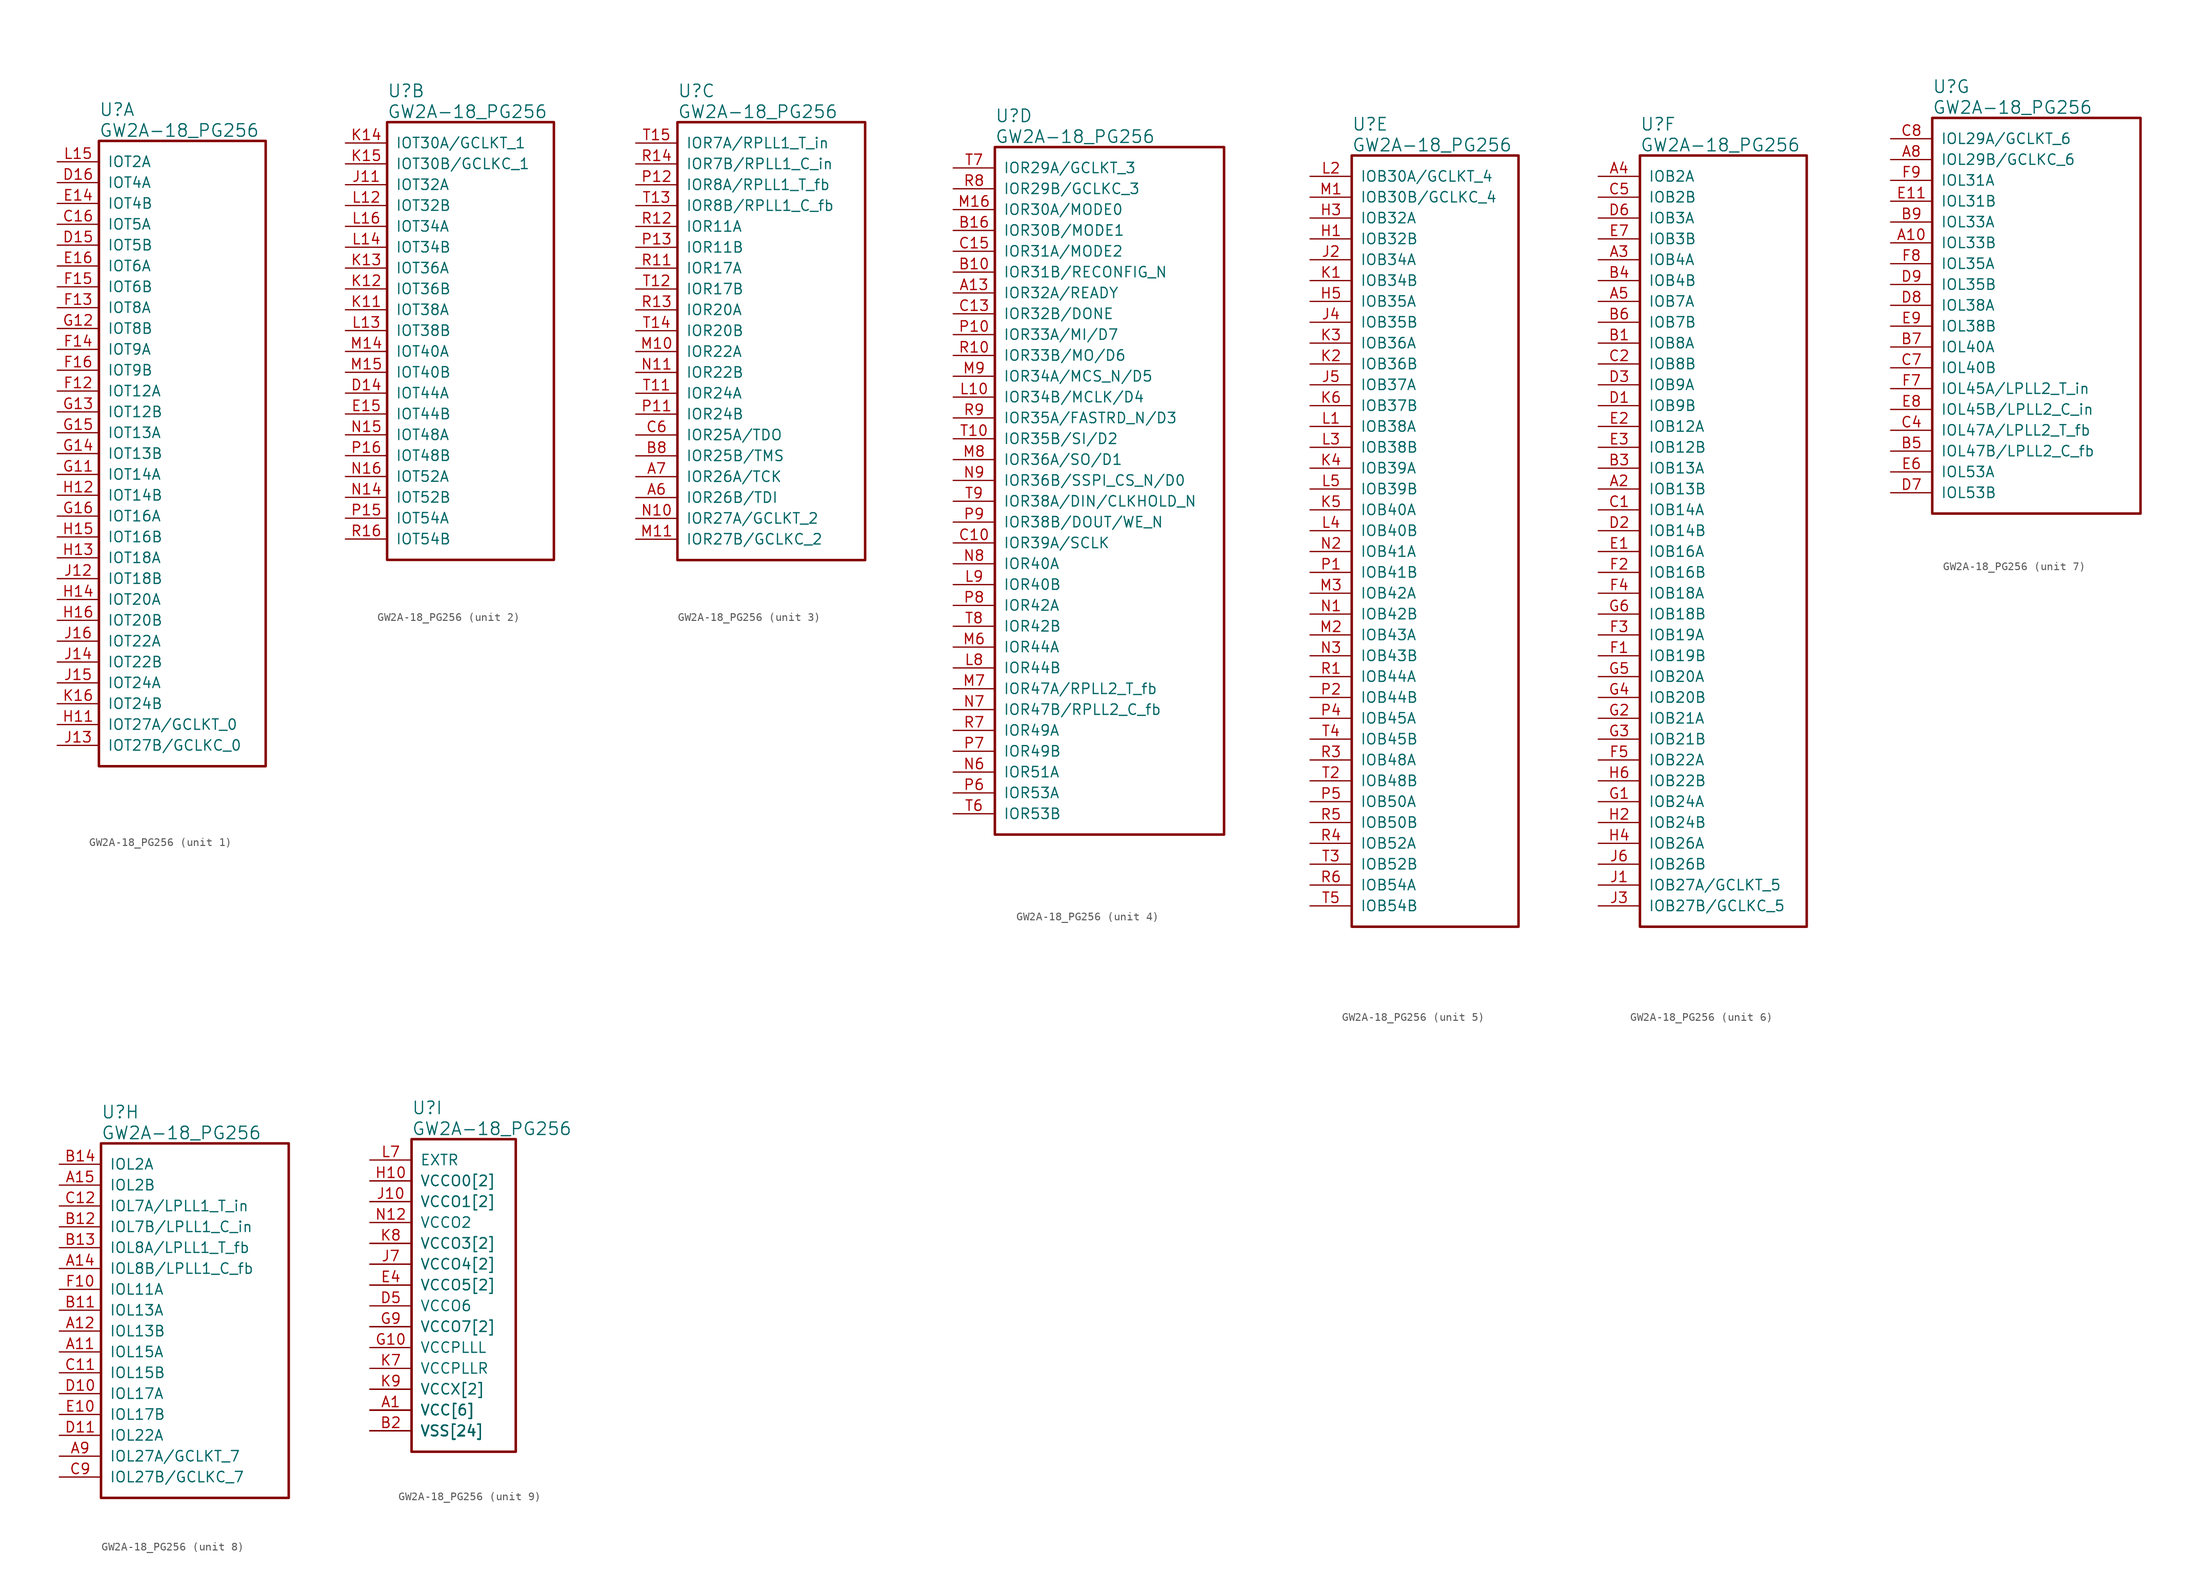
<source format=kicad_sym>
(kicad_symbol_lib
  (version 20220914)
  (generator kicad_symbol_editor)
  (symbol "GW2A-18_PG256"
    (pin_names
      (offset 1.016))
    (property "Reference" "U"
      (at 5.08 6.35 0)
      (effects (font (size 1.524 1.524)) (justify left)))
    (property "Value" "GW2A-18_PG256"
      (at 5.08 3.81 0)
      (effects (font (size 1.524 1.524)) (justify left)))
    (property "ki_locked" ""
      (at 0 0 0)
      (effects (font (size 1.27 1.27))))
    (symbol "GW2A-18_PG256_1_1"
      (rectangle (start 5.08 2.54) (end 25.4 -73.66) (stroke (width 0.305) (type solid)) (fill (type none)))
      (pin bidirectional line (at 0 -7.62 0) (length 5.08) (name "IOT5A" (effects (font (size 1.27 1.27)))) (number "C16" (effects (font (size 1.27 1.27)))))
      (pin bidirectional line (at 0 -10.16 0) (length 5.08) (name "IOT5B" (effects (font (size 1.27 1.27)))) (number "D15" (effects (font (size 1.27 1.27)))))
      (pin bidirectional line (at 0 -2.54 0) (length 5.08) (name "IOT4A" (effects (font (size 1.27 1.27)))) (number "D16" (effects (font (size 1.27 1.27)))))
      (pin bidirectional line (at 0 -5.08 0) (length 5.08) (name "IOT4B" (effects (font (size 1.27 1.27)))) (number "E14" (effects (font (size 1.27 1.27)))))
      (pin bidirectional line (at 0 -12.7 0) (length 5.08) (name "IOT6A" (effects (font (size 1.27 1.27)))) (number "E16" (effects (font (size 1.27 1.27)))))
      (pin bidirectional line (at 0 -27.94 0) (length 5.08) (name "IOT12A" (effects (font (size 1.27 1.27)))) (number "F12" (effects (font (size 1.27 1.27)))))
      (pin bidirectional line (at 0 -17.78 0) (length 5.08) (name "IOT8A" (effects (font (size 1.27 1.27)))) (number "F13" (effects (font (size 1.27 1.27)))))
      (pin bidirectional line (at 0 -22.86 0) (length 5.08) (name "IOT9A" (effects (font (size 1.27 1.27)))) (number "F14" (effects (font (size 1.27 1.27)))))
      (pin bidirectional line (at 0 -15.24 0) (length 5.08) (name "IOT6B" (effects (font (size 1.27 1.27)))) (number "F15" (effects (font (size 1.27 1.27)))))
      (pin bidirectional line (at 0 -25.4 0) (length 5.08) (name "IOT9B" (effects (font (size 1.27 1.27)))) (number "F16" (effects (font (size 1.27 1.27)))))
      (pin bidirectional line (at 0 -38.1 0) (length 5.08) (name "IOT14A" (effects (font (size 1.27 1.27)))) (number "G11" (effects (font (size 1.27 1.27)))))
      (pin bidirectional line (at 0 -20.32 0) (length 5.08) (name "IOT8B" (effects (font (size 1.27 1.27)))) (number "G12" (effects (font (size 1.27 1.27)))))
      (pin bidirectional line (at 0 -30.48 0) (length 5.08) (name "IOT12B" (effects (font (size 1.27 1.27)))) (number "G13" (effects (font (size 1.27 1.27)))))
      (pin bidirectional line (at 0 -35.56 0) (length 5.08) (name "IOT13B" (effects (font (size 1.27 1.27)))) (number "G14" (effects (font (size 1.27 1.27)))))
      (pin bidirectional line (at 0 -33.02 0) (length 5.08) (name "IOT13A" (effects (font (size 1.27 1.27)))) (number "G15" (effects (font (size 1.27 1.27)))))
      (pin bidirectional line (at 0 -43.18 0) (length 5.08) (name "IOT16A" (effects (font (size 1.27 1.27)))) (number "G16" (effects (font (size 1.27 1.27)))))
      (pin bidirectional line (at 0 -68.58 0) (length 5.08) (name "IOT27A/GCLKT_0" (effects (font (size 1.27 1.27)))) (number "H11" (effects (font (size 1.27 1.27)))))
      (pin bidirectional line (at 0 -40.64 0) (length 5.08) (name "IOT14B" (effects (font (size 1.27 1.27)))) (number "H12" (effects (font (size 1.27 1.27)))))
      (pin bidirectional line (at 0 -48.26 0) (length 5.08) (name "IOT18A" (effects (font (size 1.27 1.27)))) (number "H13" (effects (font (size 1.27 1.27)))))
      (pin bidirectional line (at 0 -53.34 0) (length 5.08) (name "IOT20A" (effects (font (size 1.27 1.27)))) (number "H14" (effects (font (size 1.27 1.27)))))
      (pin bidirectional line (at 0 -45.72 0) (length 5.08) (name "IOT16B" (effects (font (size 1.27 1.27)))) (number "H15" (effects (font (size 1.27 1.27)))))
      (pin bidirectional line (at 0 -55.88 0) (length 5.08) (name "IOT20B" (effects (font (size 1.27 1.27)))) (number "H16" (effects (font (size 1.27 1.27)))))
      (pin bidirectional line (at 0 -50.8 0) (length 5.08) (name "IOT18B" (effects (font (size 1.27 1.27)))) (number "J12" (effects (font (size 1.27 1.27)))))
      (pin bidirectional line (at 0 -71.12 0) (length 5.08) (name "IOT27B/GCLKC_0" (effects (font (size 1.27 1.27)))) (number "J13" (effects (font (size 1.27 1.27)))))
      (pin bidirectional line (at 0 -60.96 0) (length 5.08) (name "IOT22B" (effects (font (size 1.27 1.27)))) (number "J14" (effects (font (size 1.27 1.27)))))
      (pin bidirectional line (at 0 -63.5 0) (length 5.08) (name "IOT24A" (effects (font (size 1.27 1.27)))) (number "J15" (effects (font (size 1.27 1.27)))))
      (pin bidirectional line (at 0 -58.42 0) (length 5.08) (name "IOT22A" (effects (font (size 1.27 1.27)))) (number "J16" (effects (font (size 1.27 1.27)))))
      (pin bidirectional line (at 0 -66.04 0) (length 5.08) (name "IOT24B" (effects (font (size 1.27 1.27)))) (number "K16" (effects (font (size 1.27 1.27)))))
      (pin bidirectional line (at 0 0 0) (length 5.08) (name "IOT2A" (effects (font (size 1.27 1.27)))) (number "L15" (effects (font (size 1.27 1.27))))))
    (symbol "GW2A-18_PG256_2_1"
      (rectangle (start 5.08 2.54) (end 25.4 -50.8) (stroke (width 0.305) (type solid)) (fill (type none)))
      (pin bidirectional line (at 0 -30.48 0) (length 5.08) (name "IOT44A" (effects (font (size 1.27 1.27)))) (number "D14" (effects (font (size 1.27 1.27)))))
      (pin bidirectional line (at 0 -33.02 0) (length 5.08) (name "IOT44B" (effects (font (size 1.27 1.27)))) (number "E15" (effects (font (size 1.27 1.27)))))
      (pin bidirectional line (at 0 -5.08 0) (length 5.08) (name "IOT32A" (effects (font (size 1.27 1.27)))) (number "J11" (effects (font (size 1.27 1.27)))))
      (pin bidirectional line (at 0 -20.32 0) (length 5.08) (name "IOT38A" (effects (font (size 1.27 1.27)))) (number "K11" (effects (font (size 1.27 1.27)))))
      (pin bidirectional line (at 0 -17.78 0) (length 5.08) (name "IOT36B" (effects (font (size 1.27 1.27)))) (number "K12" (effects (font (size 1.27 1.27)))))
      (pin bidirectional line (at 0 -15.24 0) (length 5.08) (name "IOT36A" (effects (font (size 1.27 1.27)))) (number "K13" (effects (font (size 1.27 1.27)))))
      (pin bidirectional line (at 0 0 0) (length 5.08) (name "IOT30A/GCLKT_1" (effects (font (size 1.27 1.27)))) (number "K14" (effects (font (size 1.27 1.27)))))
      (pin bidirectional line (at 0 -2.54 0) (length 5.08) (name "IOT30B/GCLKC_1" (effects (font (size 1.27 1.27)))) (number "K15" (effects (font (size 1.27 1.27)))))
      (pin bidirectional line (at 0 -7.62 0) (length 5.08) (name "IOT32B" (effects (font (size 1.27 1.27)))) (number "L12" (effects (font (size 1.27 1.27)))))
      (pin bidirectional line (at 0 -22.86 0) (length 5.08) (name "IOT38B" (effects (font (size 1.27 1.27)))) (number "L13" (effects (font (size 1.27 1.27)))))
      (pin bidirectional line (at 0 -12.7 0) (length 5.08) (name "IOT34B" (effects (font (size 1.27 1.27)))) (number "L14" (effects (font (size 1.27 1.27)))))
      (pin bidirectional line (at 0 -10.16 0) (length 5.08) (name "IOT34A" (effects (font (size 1.27 1.27)))) (number "L16" (effects (font (size 1.27 1.27)))))
      (pin bidirectional line (at 0 -25.4 0) (length 5.08) (name "IOT40A" (effects (font (size 1.27 1.27)))) (number "M14" (effects (font (size 1.27 1.27)))))
      (pin bidirectional line (at 0 -27.94 0) (length 5.08) (name "IOT40B" (effects (font (size 1.27 1.27)))) (number "M15" (effects (font (size 1.27 1.27)))))
      (pin bidirectional line (at 0 -43.18 0) (length 5.08) (name "IOT52B" (effects (font (size 1.27 1.27)))) (number "N14" (effects (font (size 1.27 1.27)))))
      (pin bidirectional line (at 0 -35.56 0) (length 5.08) (name "IOT48A" (effects (font (size 1.27 1.27)))) (number "N15" (effects (font (size 1.27 1.27)))))
      (pin bidirectional line (at 0 -40.64 0) (length 5.08) (name "IOT52A" (effects (font (size 1.27 1.27)))) (number "N16" (effects (font (size 1.27 1.27)))))
      (pin bidirectional line (at 0 -45.72 0) (length 5.08) (name "IOT54A" (effects (font (size 1.27 1.27)))) (number "P15" (effects (font (size 1.27 1.27)))))
      (pin bidirectional line (at 0 -38.1 0) (length 5.08) (name "IOT48B" (effects (font (size 1.27 1.27)))) (number "P16" (effects (font (size 1.27 1.27)))))
      (pin bidirectional line (at 0 -48.26 0) (length 5.08) (name "IOT54B" (effects (font (size 1.27 1.27)))) (number "R16" (effects (font (size 1.27 1.27))))))
    (symbol "GW2A-18_PG256_3_1"
      (rectangle (start 5.08 2.54) (end 27.94 -50.8) (stroke (width 0.305) (type solid)) (fill (type none)))
      (pin bidirectional line (at 0 -43.18 0) (length 5.08) (name "IOR26B/TDI" (effects (font (size 1.27 1.27)))) (number "A6" (effects (font (size 1.27 1.27)))))
      (pin bidirectional line (at 0 -40.64 0) (length 5.08) (name "IOR26A/TCK" (effects (font (size 1.27 1.27)))) (number "A7" (effects (font (size 1.27 1.27)))))
      (pin bidirectional line (at 0 -38.1 0) (length 5.08) (name "IOR25B/TMS" (effects (font (size 1.27 1.27)))) (number "B8" (effects (font (size 1.27 1.27)))))
      (pin bidirectional line (at 0 -35.56 0) (length 5.08) (name "IOR25A/TDO" (effects (font (size 1.27 1.27)))) (number "C6" (effects (font (size 1.27 1.27)))))
      (pin bidirectional line (at 0 -25.4 0) (length 5.08) (name "IOR22A" (effects (font (size 1.27 1.27)))) (number "M10" (effects (font (size 1.27 1.27)))))
      (pin bidirectional line (at 0 -48.26 0) (length 5.08) (name "IOR27B/GCLKC_2" (effects (font (size 1.27 1.27)))) (number "M11" (effects (font (size 1.27 1.27)))))
      (pin bidirectional line (at 0 -45.72 0) (length 5.08) (name "IOR27A/GCLKT_2" (effects (font (size 1.27 1.27)))) (number "N10" (effects (font (size 1.27 1.27)))))
      (pin bidirectional line (at 0 -27.94 0) (length 5.08) (name "IOR22B" (effects (font (size 1.27 1.27)))) (number "N11" (effects (font (size 1.27 1.27)))))
      (pin bidirectional line (at 0 -33.02 0) (length 5.08) (name "IOR24B" (effects (font (size 1.27 1.27)))) (number "P11" (effects (font (size 1.27 1.27)))))
      (pin bidirectional line (at 0 -5.08 0) (length 5.08) (name "IOR8A/RPLL1_T_fb" (effects (font (size 1.27 1.27)))) (number "P12" (effects (font (size 1.27 1.27)))))
      (pin bidirectional line (at 0 -12.7 0) (length 5.08) (name "IOR11B" (effects (font (size 1.27 1.27)))) (number "P13" (effects (font (size 1.27 1.27)))))
      (pin bidirectional line (at 0 -15.24 0) (length 5.08) (name "IOR17A" (effects (font (size 1.27 1.27)))) (number "R11" (effects (font (size 1.27 1.27)))))
      (pin bidirectional line (at 0 -10.16 0) (length 5.08) (name "IOR11A" (effects (font (size 1.27 1.27)))) (number "R12" (effects (font (size 1.27 1.27)))))
      (pin bidirectional line (at 0 -20.32 0) (length 5.08) (name "IOR20A" (effects (font (size 1.27 1.27)))) (number "R13" (effects (font (size 1.27 1.27)))))
      (pin bidirectional line (at 0 -2.54 0) (length 5.08) (name "IOR7B/RPLL1_C_in" (effects (font (size 1.27 1.27)))) (number "R14" (effects (font (size 1.27 1.27)))))
      (pin bidirectional line (at 0 -30.48 0) (length 5.08) (name "IOR24A" (effects (font (size 1.27 1.27)))) (number "T11" (effects (font (size 1.27 1.27)))))
      (pin bidirectional line (at 0 -17.78 0) (length 5.08) (name "IOR17B" (effects (font (size 1.27 1.27)))) (number "T12" (effects (font (size 1.27 1.27)))))
      (pin bidirectional line (at 0 -7.62 0) (length 5.08) (name "IOR8B/RPLL1_C_fb" (effects (font (size 1.27 1.27)))) (number "T13" (effects (font (size 1.27 1.27)))))
      (pin bidirectional line (at 0 -22.86 0) (length 5.08) (name "IOR20B" (effects (font (size 1.27 1.27)))) (number "T14" (effects (font (size 1.27 1.27)))))
      (pin bidirectional line (at 0 0 0) (length 5.08) (name "IOR7A/RPLL1_T_in" (effects (font (size 1.27 1.27)))) (number "T15" (effects (font (size 1.27 1.27))))))
    (symbol "GW2A-18_PG256_4_1"
      (rectangle (start 5.08 2.54) (end 33.02 -81.28) (stroke (width 0.305) (type solid)) (fill (type none)))
      (pin bidirectional line (at 0 -15.24 0) (length 5.08) (name "IOR32A/READY" (effects (font (size 1.27 1.27)))) (number "A13" (effects (font (size 1.27 1.27)))))
      (pin bidirectional line (at 0 -12.7 0) (length 5.08) (name "IOR31B/RECONFIG_N" (effects (font (size 1.27 1.27)))) (number "B10" (effects (font (size 1.27 1.27)))))
      (pin bidirectional line (at 0 -7.62 0) (length 5.08) (name "IOR30B/MODE1" (effects (font (size 1.27 1.27)))) (number "B16" (effects (font (size 1.27 1.27)))))
      (pin bidirectional line (at 0 -45.72 0) (length 5.08) (name "IOR39A/SCLK" (effects (font (size 1.27 1.27)))) (number "C10" (effects (font (size 1.27 1.27)))))
      (pin bidirectional line (at 0 -17.78 0) (length 5.08) (name "IOR32B/DONE" (effects (font (size 1.27 1.27)))) (number "C13" (effects (font (size 1.27 1.27)))))
      (pin bidirectional line (at 0 -10.16 0) (length 5.08) (name "IOR31A/MODE2" (effects (font (size 1.27 1.27)))) (number "C15" (effects (font (size 1.27 1.27)))))
      (pin bidirectional line (at 0 -27.94 0) (length 5.08) (name "IOR34B/MCLK/D4" (effects (font (size 1.27 1.27)))) (number "L10" (effects (font (size 1.27 1.27)))))
      (pin bidirectional line (at 0 -60.96 0) (length 5.08) (name "IOR44B" (effects (font (size 1.27 1.27)))) (number "L8" (effects (font (size 1.27 1.27)))))
      (pin bidirectional line (at 0 -50.8 0) (length 5.08) (name "IOR40B" (effects (font (size 1.27 1.27)))) (number "L9" (effects (font (size 1.27 1.27)))))
      (pin bidirectional line (at 0 -5.08 0) (length 5.08) (name "IOR30A/MODE0" (effects (font (size 1.27 1.27)))) (number "M16" (effects (font (size 1.27 1.27)))))
      (pin bidirectional line (at 0 -58.42 0) (length 5.08) (name "IOR44A" (effects (font (size 1.27 1.27)))) (number "M6" (effects (font (size 1.27 1.27)))))
      (pin bidirectional line (at 0 -63.5 0) (length 5.08) (name "IOR47A/RPLL2_T_fb" (effects (font (size 1.27 1.27)))) (number "M7" (effects (font (size 1.27 1.27)))))
      (pin bidirectional line (at 0 -35.56 0) (length 5.08) (name "IOR36A/SO/D1" (effects (font (size 1.27 1.27)))) (number "M8" (effects (font (size 1.27 1.27)))))
      (pin bidirectional line (at 0 -25.4 0) (length 5.08) (name "IOR34A/MCS_N/D5" (effects (font (size 1.27 1.27)))) (number "M9" (effects (font (size 1.27 1.27)))))
      (pin bidirectional line (at 0 -73.66 0) (length 5.08) (name "IOR51A" (effects (font (size 1.27 1.27)))) (number "N6" (effects (font (size 1.27 1.27)))))
      (pin bidirectional line (at 0 -66.04 0) (length 5.08) (name "IOR47B/RPLL2_C_fb" (effects (font (size 1.27 1.27)))) (number "N7" (effects (font (size 1.27 1.27)))))
      (pin bidirectional line (at 0 -48.26 0) (length 5.08) (name "IOR40A" (effects (font (size 1.27 1.27)))) (number "N8" (effects (font (size 1.27 1.27)))))
      (pin bidirectional line (at 0 -38.1 0) (length 5.08) (name "IOR36B/SSPI_CS_N/D0" (effects (font (size 1.27 1.27)))) (number "N9" (effects (font (size 1.27 1.27)))))
      (pin bidirectional line (at 0 -20.32 0) (length 5.08) (name "IOR33A/MI/D7" (effects (font (size 1.27 1.27)))) (number "P10" (effects (font (size 1.27 1.27)))))
      (pin bidirectional line (at 0 -76.2 0) (length 5.08) (name "IOR53A" (effects (font (size 1.27 1.27)))) (number "P6" (effects (font (size 1.27 1.27)))))
      (pin bidirectional line (at 0 -71.12 0) (length 5.08) (name "IOR49B" (effects (font (size 1.27 1.27)))) (number "P7" (effects (font (size 1.27 1.27)))))
      (pin bidirectional line (at 0 -53.34 0) (length 5.08) (name "IOR42A" (effects (font (size 1.27 1.27)))) (number "P8" (effects (font (size 1.27 1.27)))))
      (pin bidirectional line (at 0 -43.18 0) (length 5.08) (name "IOR38B/DOUT/WE_N" (effects (font (size 1.27 1.27)))) (number "P9" (effects (font (size 1.27 1.27)))))
      (pin bidirectional line (at 0 -22.86 0) (length 5.08) (name "IOR33B/MO/D6" (effects (font (size 1.27 1.27)))) (number "R10" (effects (font (size 1.27 1.27)))))
      (pin bidirectional line (at 0 -68.58 0) (length 5.08) (name "IOR49A" (effects (font (size 1.27 1.27)))) (number "R7" (effects (font (size 1.27 1.27)))))
      (pin bidirectional line (at 0 -2.54 0) (length 5.08) (name "IOR29B/GCLKC_3" (effects (font (size 1.27 1.27)))) (number "R8" (effects (font (size 1.27 1.27)))))
      (pin bidirectional line (at 0 -30.48 0) (length 5.08) (name "IOR35A/FASTRD_N/D3" (effects (font (size 1.27 1.27)))) (number "R9" (effects (font (size 1.27 1.27)))))
      (pin bidirectional line (at 0 -33.02 0) (length 5.08) (name "IOR35B/SI/D2" (effects (font (size 1.27 1.27)))) (number "T10" (effects (font (size 1.27 1.27)))))
      (pin bidirectional line (at 0 -78.74 0) (length 5.08) (name "IOR53B" (effects (font (size 1.27 1.27)))) (number "T6" (effects (font (size 1.27 1.27)))))
      (pin bidirectional line (at 0 0 0) (length 5.08) (name "IOR29A/GCLKT_3" (effects (font (size 1.27 1.27)))) (number "T7" (effects (font (size 1.27 1.27)))))
      (pin bidirectional line (at 0 -55.88 0) (length 5.08) (name "IOR42B" (effects (font (size 1.27 1.27)))) (number "T8" (effects (font (size 1.27 1.27)))))
      (pin bidirectional line (at 0 -40.64 0) (length 5.08) (name "IOR38A/DIN/CLKHOLD_N" (effects (font (size 1.27 1.27)))) (number "T9" (effects (font (size 1.27 1.27))))))
    (symbol "GW2A-18_PG256_5_1"
      (rectangle (start 5.08 2.54) (end 25.4 -91.44) (stroke (width 0.305) (type solid)) (fill (type none)))
      (pin bidirectional line (at 0 -7.62 0) (length 5.08) (name "IOB32B" (effects (font (size 1.27 1.27)))) (number "H1" (effects (font (size 1.27 1.27)))))
      (pin bidirectional line (at 0 -5.08 0) (length 5.08) (name "IOB32A" (effects (font (size 1.27 1.27)))) (number "H3" (effects (font (size 1.27 1.27)))))
      (pin bidirectional line (at 0 -15.24 0) (length 5.08) (name "IOB35A" (effects (font (size 1.27 1.27)))) (number "H5" (effects (font (size 1.27 1.27)))))
      (pin bidirectional line (at 0 -10.16 0) (length 5.08) (name "IOB34A" (effects (font (size 1.27 1.27)))) (number "J2" (effects (font (size 1.27 1.27)))))
      (pin bidirectional line (at 0 -17.78 0) (length 5.08) (name "IOB35B" (effects (font (size 1.27 1.27)))) (number "J4" (effects (font (size 1.27 1.27)))))
      (pin bidirectional line (at 0 -25.4 0) (length 5.08) (name "IOB37A" (effects (font (size 1.27 1.27)))) (number "J5" (effects (font (size 1.27 1.27)))))
      (pin bidirectional line (at 0 -12.7 0) (length 5.08) (name "IOB34B" (effects (font (size 1.27 1.27)))) (number "K1" (effects (font (size 1.27 1.27)))))
      (pin bidirectional line (at 0 -22.86 0) (length 5.08) (name "IOB36B" (effects (font (size 1.27 1.27)))) (number "K2" (effects (font (size 1.27 1.27)))))
      (pin bidirectional line (at 0 -20.32 0) (length 5.08) (name "IOB36A" (effects (font (size 1.27 1.27)))) (number "K3" (effects (font (size 1.27 1.27)))))
      (pin bidirectional line (at 0 -35.56 0) (length 5.08) (name "IOB39A" (effects (font (size 1.27 1.27)))) (number "K4" (effects (font (size 1.27 1.27)))))
      (pin bidirectional line (at 0 -40.64 0) (length 5.08) (name "IOB40A" (effects (font (size 1.27 1.27)))) (number "K5" (effects (font (size 1.27 1.27)))))
      (pin bidirectional line (at 0 -27.94 0) (length 5.08) (name "IOB37B" (effects (font (size 1.27 1.27)))) (number "K6" (effects (font (size 1.27 1.27)))))
      (pin bidirectional line (at 0 -30.48 0) (length 5.08) (name "IOB38A" (effects (font (size 1.27 1.27)))) (number "L1" (effects (font (size 1.27 1.27)))))
      (pin bidirectional line (at 0 0 0) (length 5.08) (name "IOB30A/GCLKT_4" (effects (font (size 1.27 1.27)))) (number "L2" (effects (font (size 1.27 1.27)))))
      (pin bidirectional line (at 0 -33.02 0) (length 5.08) (name "IOB38B" (effects (font (size 1.27 1.27)))) (number "L3" (effects (font (size 1.27 1.27)))))
      (pin bidirectional line (at 0 -43.18 0) (length 5.08) (name "IOB40B" (effects (font (size 1.27 1.27)))) (number "L4" (effects (font (size 1.27 1.27)))))
      (pin bidirectional line (at 0 -38.1 0) (length 5.08) (name "IOB39B" (effects (font (size 1.27 1.27)))) (number "L5" (effects (font (size 1.27 1.27)))))
      (pin bidirectional line (at 0 -2.54 0) (length 5.08) (name "IOB30B/GCLKC_4" (effects (font (size 1.27 1.27)))) (number "M1" (effects (font (size 1.27 1.27)))))
      (pin bidirectional line (at 0 -55.88 0) (length 5.08) (name "IOB43A" (effects (font (size 1.27 1.27)))) (number "M2" (effects (font (size 1.27 1.27)))))
      (pin bidirectional line (at 0 -50.8 0) (length 5.08) (name "IOB42A" (effects (font (size 1.27 1.27)))) (number "M3" (effects (font (size 1.27 1.27)))))
      (pin bidirectional line (at 0 -53.34 0) (length 5.08) (name "IOB42B" (effects (font (size 1.27 1.27)))) (number "N1" (effects (font (size 1.27 1.27)))))
      (pin bidirectional line (at 0 -45.72 0) (length 5.08) (name "IOB41A" (effects (font (size 1.27 1.27)))) (number "N2" (effects (font (size 1.27 1.27)))))
      (pin bidirectional line (at 0 -58.42 0) (length 5.08) (name "IOB43B" (effects (font (size 1.27 1.27)))) (number "N3" (effects (font (size 1.27 1.27)))))
      (pin bidirectional line (at 0 -48.26 0) (length 5.08) (name "IOB41B" (effects (font (size 1.27 1.27)))) (number "P1" (effects (font (size 1.27 1.27)))))
      (pin bidirectional line (at 0 -63.5 0) (length 5.08) (name "IOB44B" (effects (font (size 1.27 1.27)))) (number "P2" (effects (font (size 1.27 1.27)))))
      (pin bidirectional line (at 0 -66.04 0) (length 5.08) (name "IOB45A" (effects (font (size 1.27 1.27)))) (number "P4" (effects (font (size 1.27 1.27)))))
      (pin bidirectional line (at 0 -76.2 0) (length 5.08) (name "IOB50A" (effects (font (size 1.27 1.27)))) (number "P5" (effects (font (size 1.27 1.27)))))
      (pin bidirectional line (at 0 -60.96 0) (length 5.08) (name "IOB44A" (effects (font (size 1.27 1.27)))) (number "R1" (effects (font (size 1.27 1.27)))))
      (pin bidirectional line (at 0 -71.12 0) (length 5.08) (name "IOB48A" (effects (font (size 1.27 1.27)))) (number "R3" (effects (font (size 1.27 1.27)))))
      (pin bidirectional line (at 0 -81.28 0) (length 5.08) (name "IOB52A" (effects (font (size 1.27 1.27)))) (number "R4" (effects (font (size 1.27 1.27)))))
      (pin bidirectional line (at 0 -78.74 0) (length 5.08) (name "IOB50B" (effects (font (size 1.27 1.27)))) (number "R5" (effects (font (size 1.27 1.27)))))
      (pin bidirectional line (at 0 -86.36 0) (length 5.08) (name "IOB54A" (effects (font (size 1.27 1.27)))) (number "R6" (effects (font (size 1.27 1.27)))))
      (pin bidirectional line (at 0 -73.66 0) (length 5.08) (name "IOB48B" (effects (font (size 1.27 1.27)))) (number "T2" (effects (font (size 1.27 1.27)))))
      (pin bidirectional line (at 0 -83.82 0) (length 5.08) (name "IOB52B" (effects (font (size 1.27 1.27)))) (number "T3" (effects (font (size 1.27 1.27)))))
      (pin bidirectional line (at 0 -68.58 0) (length 5.08) (name "IOB45B" (effects (font (size 1.27 1.27)))) (number "T4" (effects (font (size 1.27 1.27)))))
      (pin bidirectional line (at 0 -88.9 0) (length 5.08) (name "IOB54B" (effects (font (size 1.27 1.27)))) (number "T5" (effects (font (size 1.27 1.27))))))
    (symbol "GW2A-18_PG256_6_1"
      (rectangle (start 5.08 2.54) (end 25.4 -91.44) (stroke (width 0.305) (type solid)) (fill (type none)))
      (pin bidirectional line (at 0 -38.1 0) (length 5.08) (name "IOB13B" (effects (font (size 1.27 1.27)))) (number "A2" (effects (font (size 1.27 1.27)))))
      (pin bidirectional line (at 0 -10.16 0) (length 5.08) (name "IOB4A" (effects (font (size 1.27 1.27)))) (number "A3" (effects (font (size 1.27 1.27)))))
      (pin bidirectional line (at 0 0 0) (length 5.08) (name "IOB2A" (effects (font (size 1.27 1.27)))) (number "A4" (effects (font (size 1.27 1.27)))))
      (pin bidirectional line (at 0 -15.24 0) (length 5.08) (name "IOB7A" (effects (font (size 1.27 1.27)))) (number "A5" (effects (font (size 1.27 1.27)))))
      (pin bidirectional line (at 0 -20.32 0) (length 5.08) (name "IOB8A" (effects (font (size 1.27 1.27)))) (number "B1" (effects (font (size 1.27 1.27)))))
      (pin bidirectional line (at 0 -35.56 0) (length 5.08) (name "IOB13A" (effects (font (size 1.27 1.27)))) (number "B3" (effects (font (size 1.27 1.27)))))
      (pin bidirectional line (at 0 -12.7 0) (length 5.08) (name "IOB4B" (effects (font (size 1.27 1.27)))) (number "B4" (effects (font (size 1.27 1.27)))))
      (pin bidirectional line (at 0 -17.78 0) (length 5.08) (name "IOB7B" (effects (font (size 1.27 1.27)))) (number "B6" (effects (font (size 1.27 1.27)))))
      (pin bidirectional line (at 0 -40.64 0) (length 5.08) (name "IOB14A" (effects (font (size 1.27 1.27)))) (number "C1" (effects (font (size 1.27 1.27)))))
      (pin bidirectional line (at 0 -22.86 0) (length 5.08) (name "IOB8B" (effects (font (size 1.27 1.27)))) (number "C2" (effects (font (size 1.27 1.27)))))
      (pin bidirectional line (at 0 -2.54 0) (length 5.08) (name "IOB2B" (effects (font (size 1.27 1.27)))) (number "C5" (effects (font (size 1.27 1.27)))))
      (pin bidirectional line (at 0 -27.94 0) (length 5.08) (name "IOB9B" (effects (font (size 1.27 1.27)))) (number "D1" (effects (font (size 1.27 1.27)))))
      (pin bidirectional line (at 0 -43.18 0) (length 5.08) (name "IOB14B" (effects (font (size 1.27 1.27)))) (number "D2" (effects (font (size 1.27 1.27)))))
      (pin bidirectional line (at 0 -25.4 0) (length 5.08) (name "IOB9A" (effects (font (size 1.27 1.27)))) (number "D3" (effects (font (size 1.27 1.27)))))
      (pin bidirectional line (at 0 -5.08 0) (length 5.08) (name "IOB3A" (effects (font (size 1.27 1.27)))) (number "D6" (effects (font (size 1.27 1.27)))))
      (pin bidirectional line (at 0 -45.72 0) (length 5.08) (name "IOB16A" (effects (font (size 1.27 1.27)))) (number "E1" (effects (font (size 1.27 1.27)))))
      (pin bidirectional line (at 0 -30.48 0) (length 5.08) (name "IOB12A" (effects (font (size 1.27 1.27)))) (number "E2" (effects (font (size 1.27 1.27)))))
      (pin bidirectional line (at 0 -33.02 0) (length 5.08) (name "IOB12B" (effects (font (size 1.27 1.27)))) (number "E3" (effects (font (size 1.27 1.27)))))
      (pin bidirectional line (at 0 -7.62 0) (length 5.08) (name "IOB3B" (effects (font (size 1.27 1.27)))) (number "E7" (effects (font (size 1.27 1.27)))))
      (pin bidirectional line (at 0 -58.42 0) (length 5.08) (name "IOB19B" (effects (font (size 1.27 1.27)))) (number "F1" (effects (font (size 1.27 1.27)))))
      (pin bidirectional line (at 0 -48.26 0) (length 5.08) (name "IOB16B" (effects (font (size 1.27 1.27)))) (number "F2" (effects (font (size 1.27 1.27)))))
      (pin bidirectional line (at 0 -55.88 0) (length 5.08) (name "IOB19A" (effects (font (size 1.27 1.27)))) (number "F3" (effects (font (size 1.27 1.27)))))
      (pin bidirectional line (at 0 -50.8 0) (length 5.08) (name "IOB18A" (effects (font (size 1.27 1.27)))) (number "F4" (effects (font (size 1.27 1.27)))))
      (pin bidirectional line (at 0 -71.12 0) (length 5.08) (name "IOB22A" (effects (font (size 1.27 1.27)))) (number "F5" (effects (font (size 1.27 1.27)))))
      (pin bidirectional line (at 0 -76.2 0) (length 5.08) (name "IOB24A" (effects (font (size 1.27 1.27)))) (number "G1" (effects (font (size 1.27 1.27)))))
      (pin bidirectional line (at 0 -66.04 0) (length 5.08) (name "IOB21A" (effects (font (size 1.27 1.27)))) (number "G2" (effects (font (size 1.27 1.27)))))
      (pin bidirectional line (at 0 -68.58 0) (length 5.08) (name "IOB21B" (effects (font (size 1.27 1.27)))) (number "G3" (effects (font (size 1.27 1.27)))))
      (pin bidirectional line (at 0 -63.5 0) (length 5.08) (name "IOB20B" (effects (font (size 1.27 1.27)))) (number "G4" (effects (font (size 1.27 1.27)))))
      (pin bidirectional line (at 0 -60.96 0) (length 5.08) (name "IOB20A" (effects (font (size 1.27 1.27)))) (number "G5" (effects (font (size 1.27 1.27)))))
      (pin bidirectional line (at 0 -53.34 0) (length 5.08) (name "IOB18B" (effects (font (size 1.27 1.27)))) (number "G6" (effects (font (size 1.27 1.27)))))
      (pin bidirectional line (at 0 -78.74 0) (length 5.08) (name "IOB24B" (effects (font (size 1.27 1.27)))) (number "H2" (effects (font (size 1.27 1.27)))))
      (pin bidirectional line (at 0 -81.28 0) (length 5.08) (name "IOB26A" (effects (font (size 1.27 1.27)))) (number "H4" (effects (font (size 1.27 1.27)))))
      (pin bidirectional line (at 0 -73.66 0) (length 5.08) (name "IOB22B" (effects (font (size 1.27 1.27)))) (number "H6" (effects (font (size 1.27 1.27)))))
      (pin bidirectional line (at 0 -86.36 0) (length 5.08) (name "IOB27A/GCLKT_5" (effects (font (size 1.27 1.27)))) (number "J1" (effects (font (size 1.27 1.27)))))
      (pin bidirectional line (at 0 -88.9 0) (length 5.08) (name "IOB27B/GCLKC_5" (effects (font (size 1.27 1.27)))) (number "J3" (effects (font (size 1.27 1.27)))))
      (pin bidirectional line (at 0 -83.82 0) (length 5.08) (name "IOB26B" (effects (font (size 1.27 1.27)))) (number "J6" (effects (font (size 1.27 1.27))))))
    (symbol "GW2A-18_PG256_7_1"
      (rectangle (start 5.08 2.54) (end 30.48 -45.72) (stroke (width 0.305) (type solid)) (fill (type none)))
      (pin bidirectional line (at 0 -12.7 0) (length 5.08) (name "IOL33B" (effects (font (size 1.27 1.27)))) (number "A10" (effects (font (size 1.27 1.27)))))
      (pin bidirectional line (at 0 -2.54 0) (length 5.08) (name "IOL29B/GCLKC_6" (effects (font (size 1.27 1.27)))) (number "A8" (effects (font (size 1.27 1.27)))))
      (pin bidirectional line (at 0 -38.1 0) (length 5.08) (name "IOL47B/LPLL2_C_fb" (effects (font (size 1.27 1.27)))) (number "B5" (effects (font (size 1.27 1.27)))))
      (pin bidirectional line (at 0 -25.4 0) (length 5.08) (name "IOL40A" (effects (font (size 1.27 1.27)))) (number "B7" (effects (font (size 1.27 1.27)))))
      (pin bidirectional line (at 0 -10.16 0) (length 5.08) (name "IOL33A" (effects (font (size 1.27 1.27)))) (number "B9" (effects (font (size 1.27 1.27)))))
      (pin bidirectional line (at 0 -35.56 0) (length 5.08) (name "IOL47A/LPLL2_T_fb" (effects (font (size 1.27 1.27)))) (number "C4" (effects (font (size 1.27 1.27)))))
      (pin bidirectional line (at 0 -27.94 0) (length 5.08) (name "IOL40B" (effects (font (size 1.27 1.27)))) (number "C7" (effects (font (size 1.27 1.27)))))
      (pin bidirectional line (at 0 0 0) (length 5.08) (name "IOL29A/GCLKT_6" (effects (font (size 1.27 1.27)))) (number "C8" (effects (font (size 1.27 1.27)))))
      (pin bidirectional line (at 0 -43.18 0) (length 5.08) (name "IOL53B" (effects (font (size 1.27 1.27)))) (number "D7" (effects (font (size 1.27 1.27)))))
      (pin bidirectional line (at 0 -20.32 0) (length 5.08) (name "IOL38A" (effects (font (size 1.27 1.27)))) (number "D8" (effects (font (size 1.27 1.27)))))
      (pin bidirectional line (at 0 -17.78 0) (length 5.08) (name "IOL35B" (effects (font (size 1.27 1.27)))) (number "D9" (effects (font (size 1.27 1.27)))))
      (pin bidirectional line (at 0 -7.62 0) (length 5.08) (name "IOL31B" (effects (font (size 1.27 1.27)))) (number "E11" (effects (font (size 1.27 1.27)))))
      (pin bidirectional line (at 0 -40.64 0) (length 5.08) (name "IOL53A" (effects (font (size 1.27 1.27)))) (number "E6" (effects (font (size 1.27 1.27)))))
      (pin bidirectional line (at 0 -33.02 0) (length 5.08) (name "IOL45B/LPLL2_C_in" (effects (font (size 1.27 1.27)))) (number "E8" (effects (font (size 1.27 1.27)))))
      (pin bidirectional line (at 0 -22.86 0) (length 5.08) (name "IOL38B" (effects (font (size 1.27 1.27)))) (number "E9" (effects (font (size 1.27 1.27)))))
      (pin bidirectional line (at 0 -30.48 0) (length 5.08) (name "IOL45A/LPLL2_T_in" (effects (font (size 1.27 1.27)))) (number "F7" (effects (font (size 1.27 1.27)))))
      (pin bidirectional line (at 0 -15.24 0) (length 5.08) (name "IOL35A" (effects (font (size 1.27 1.27)))) (number "F8" (effects (font (size 1.27 1.27)))))
      (pin bidirectional line (at 0 -5.08 0) (length 5.08) (name "IOL31A" (effects (font (size 1.27 1.27)))) (number "F9" (effects (font (size 1.27 1.27))))))
    (symbol "GW2A-18_PG256_8_1"
      (rectangle (start 5.08 2.54) (end 27.94 -40.64) (stroke (width 0.305) (type solid)) (fill (type none)))
      (pin bidirectional line (at 0 -22.86 0) (length 5.08) (name "IOL15A" (effects (font (size 1.27 1.27)))) (number "A11" (effects (font (size 1.27 1.27)))))
      (pin bidirectional line (at 0 -20.32 0) (length 5.08) (name "IOL13B" (effects (font (size 1.27 1.27)))) (number "A12" (effects (font (size 1.27 1.27)))))
      (pin bidirectional line (at 0 -12.7 0) (length 5.08) (name "IOL8B/LPLL1_C_fb" (effects (font (size 1.27 1.27)))) (number "A14" (effects (font (size 1.27 1.27)))))
      (pin bidirectional line (at 0 -2.54 0) (length 5.08) (name "IOL2B" (effects (font (size 1.27 1.27)))) (number "A15" (effects (font (size 1.27 1.27)))))
      (pin bidirectional line (at 0 -35.56 0) (length 5.08) (name "IOL27A/GCLKT_7" (effects (font (size 1.27 1.27)))) (number "A9" (effects (font (size 1.27 1.27)))))
      (pin bidirectional line (at 0 -17.78 0) (length 5.08) (name "IOL13A" (effects (font (size 1.27 1.27)))) (number "B11" (effects (font (size 1.27 1.27)))))
      (pin bidirectional line (at 0 -7.62 0) (length 5.08) (name "IOL7B/LPLL1_C_in" (effects (font (size 1.27 1.27)))) (number "B12" (effects (font (size 1.27 1.27)))))
      (pin bidirectional line (at 0 -10.16 0) (length 5.08) (name "IOL8A/LPLL1_T_fb" (effects (font (size 1.27 1.27)))) (number "B13" (effects (font (size 1.27 1.27)))))
      (pin bidirectional line (at 0 0 0) (length 5.08) (name "IOL2A" (effects (font (size 1.27 1.27)))) (number "B14" (effects (font (size 1.27 1.27)))))
      (pin bidirectional line (at 0 -25.4 0) (length 5.08) (name "IOL15B" (effects (font (size 1.27 1.27)))) (number "C11" (effects (font (size 1.27 1.27)))))
      (pin bidirectional line (at 0 -5.08 0) (length 5.08) (name "IOL7A/LPLL1_T_in" (effects (font (size 1.27 1.27)))) (number "C12" (effects (font (size 1.27 1.27)))))
      (pin bidirectional line (at 0 -38.1 0) (length 5.08) (name "IOL27B/GCLKC_7" (effects (font (size 1.27 1.27)))) (number "C9" (effects (font (size 1.27 1.27)))))
      (pin bidirectional line (at 0 -27.94 0) (length 5.08) (name "IOL17A" (effects (font (size 1.27 1.27)))) (number "D10" (effects (font (size 1.27 1.27)))))
      (pin bidirectional line (at 0 -33.02 0) (length 5.08) (name "IOL22A" (effects (font (size 1.27 1.27)))) (number "D11" (effects (font (size 1.27 1.27)))))
      (pin bidirectional line (at 0 -30.48 0) (length 5.08) (name "IOL17B" (effects (font (size 1.27 1.27)))) (number "E10" (effects (font (size 1.27 1.27)))))
      (pin bidirectional line (at 0 -15.24 0) (length 5.08) (name "IOL11A" (effects (font (size 1.27 1.27)))) (number "F10" (effects (font (size 1.27 1.27))))))
    (symbol "GW2A-18_PG256_9_1"
      (rectangle (start 5.08 2.54) (end 17.78 -35.56) (stroke (width 0.305) (type solid)) (fill (type none)))
      (pin power_in line (at 0 -30.48 0) (length 5.08) (name "VCC[6]" (effects (font (size 1.27 1.27)))) (number "A1" (effects (font (size 1.27 1.27)))))
      (pin power_in line (at 0 -30.48 0) (length 5.08) (name "VCC[6]" (effects (font (size 1.27 1.27)))) (number "A16" (effects (font (size 0 0)))))
      (pin power_in line (at 0 -33.02 0) (length 5.08) (name "VSS[24]" (effects (font (size 1.27 1.27)))) (number "B15" (effects (font (size 0 0)))))
      (pin power_in line (at 0 -33.02 0) (length 5.08) (name "VSS[24]" (effects (font (size 1.27 1.27)))) (number "B2" (effects (font (size 1.27 1.27)))))
      (pin power_in line (at 0 -33.02 0) (length 5.08) (name "VSS[24]" (effects (font (size 1.27 1.27)))) (number "C14" (effects (font (size 0 0)))))
      (pin power_in line (at 0 -33.02 0) (length 5.08) (name "VSS[24]" (effects (font (size 1.27 1.27)))) (number "C3" (effects (font (size 0 0)))))
      (pin power_in line (at 0 -20.32 0) (length 5.08) (name "VCCO7[2]" (effects (font (size 1.27 1.27)))) (number "D12" (effects (font (size 0 0)))))
      (pin power_in line (at 0 -33.02 0) (length 5.08) (name "VSS[24]" (effects (font (size 1.27 1.27)))) (number "D13" (effects (font (size 0 0)))))
      (pin power_in line (at 0 -33.02 0) (length 5.08) (name "VSS[24]" (effects (font (size 1.27 1.27)))) (number "D4" (effects (font (size 0 0)))))
      (pin power_in line (at 0 -17.78 0) (length 5.08) (name "VCCO6" (effects (font (size 1.27 1.27)))) (number "D5" (effects (font (size 1.27 1.27)))))
      (pin power_in line (at 0 -33.02 0) (length 5.08) (name "VSS[24]" (effects (font (size 1.27 1.27)))) (number "E12" (effects (font (size 0 0)))))
      (pin power_in line (at 0 -2.54 0) (length 5.08) (name "VCCO0[2]" (effects (font (size 1.27 1.27)))) (number "E13" (effects (font (size 0 0)))))
      (pin power_in line (at 0 -15.24 0) (length 5.08) (name "VCCO5[2]" (effects (font (size 1.27 1.27)))) (number "E4" (effects (font (size 1.27 1.27)))))
      (pin power_in line (at 0 -33.02 0) (length 5.08) (name "VSS[24]" (effects (font (size 1.27 1.27)))) (number "E5" (effects (font (size 0 0)))))
      (pin power_in line (at 0 -33.02 0) (length 5.08) (name "VSS[24]" (effects (font (size 1.27 1.27)))) (number "F11" (effects (font (size 0 0)))))
      (pin power_in line (at 0 -33.02 0) (length 5.08) (name "VSS[24]" (effects (font (size 1.27 1.27)))) (number "F6" (effects (font (size 0 0)))))
      (pin power_in line (at 0 -22.86 0) (length 5.08) (name "VCCPLLL" (effects (font (size 1.27 1.27)))) (number "G10" (effects (font (size 1.27 1.27)))))
      (pin power_in line (at 0 -30.48 0) (length 5.08) (name "VCC[6]" (effects (font (size 1.27 1.27)))) (number "G7" (effects (font (size 0 0)))))
      (pin power_in line (at 0 -27.94 0) (length 5.08) (name "VCCX[2]" (effects (font (size 1.27 1.27)))) (number "G8" (effects (font (size 0 0)))))
      (pin power_in line (at 0 -20.32 0) (length 5.08) (name "VCCO7[2]" (effects (font (size 1.27 1.27)))) (number "G9" (effects (font (size 1.27 1.27)))))
      (pin power_in line (at 0 -2.54 0) (length 5.08) (name "VCCO0[2]" (effects (font (size 1.27 1.27)))) (number "H10" (effects (font (size 1.27 1.27)))))
      (pin power_in line (at 0 -15.24 0) (length 5.08) (name "VCCO5[2]" (effects (font (size 1.27 1.27)))) (number "H7" (effects (font (size 0 0)))))
      (pin power_in line (at 0 -33.02 0) (length 5.08) (name "VSS[24]" (effects (font (size 1.27 1.27)))) (number "H8" (effects (font (size 0 0)))))
      (pin power_in line (at 0 -33.02 0) (length 5.08) (name "VSS[24]" (effects (font (size 1.27 1.27)))) (number "H9" (effects (font (size 0 0)))))
      (pin power_in line (at 0 -5.08 0) (length 5.08) (name "VCCO1[2]" (effects (font (size 1.27 1.27)))) (number "J10" (effects (font (size 1.27 1.27)))))
      (pin power_in line (at 0 -12.7 0) (length 5.08) (name "VCCO4[2]" (effects (font (size 1.27 1.27)))) (number "J7" (effects (font (size 1.27 1.27)))))
      (pin power_in line (at 0 -33.02 0) (length 5.08) (name "VSS[24]" (effects (font (size 1.27 1.27)))) (number "J8" (effects (font (size 0 0)))))
      (pin power_in line (at 0 -33.02 0) (length 5.08) (name "VSS[24]" (effects (font (size 1.27 1.27)))) (number "J9" (effects (font (size 0 0)))))
      (pin power_in line (at 0 -30.48 0) (length 5.08) (name "VCC[6]" (effects (font (size 1.27 1.27)))) (number "K10" (effects (font (size 0 0)))))
      (pin power_in line (at 0 -25.4 0) (length 5.08) (name "VCCPLLR" (effects (font (size 1.27 1.27)))) (number "K7" (effects (font (size 1.27 1.27)))))
      (pin power_in line (at 0 -10.16 0) (length 5.08) (name "VCCO3[2]" (effects (font (size 1.27 1.27)))) (number "K8" (effects (font (size 1.27 1.27)))))
      (pin power_in line (at 0 -27.94 0) (length 5.08) (name "VCCX[2]" (effects (font (size 1.27 1.27)))) (number "K9" (effects (font (size 1.27 1.27)))))
      (pin power_in line (at 0 -33.02 0) (length 5.08) (name "VSS[24]" (effects (font (size 1.27 1.27)))) (number "L11" (effects (font (size 0 0)))))
      (pin power_in line (at 0 -33.02 0) (length 5.08) (name "VSS[24]" (effects (font (size 1.27 1.27)))) (number "L6" (effects (font (size 0 0)))))
      (pin power_in line (at 0 0 0) (length 5.08) (name "EXTR" (effects (font (size 1.27 1.27)))) (number "L7" (effects (font (size 1.27 1.27)))))
      (pin power_in line (at 0 -33.02 0) (length 5.08) (name "VSS[24]" (effects (font (size 1.27 1.27)))) (number "M12" (effects (font (size 0 0)))))
      (pin power_in line (at 0 -5.08 0) (length 5.08) (name "VCCO1[2]" (effects (font (size 1.27 1.27)))) (number "M13" (effects (font (size 0 0)))))
      (pin power_in line (at 0 -12.7 0) (length 5.08) (name "VCCO4[2]" (effects (font (size 1.27 1.27)))) (number "M4" (effects (font (size 0 0)))))
      (pin power_in line (at 0 -33.02 0) (length 5.08) (name "VSS[24]" (effects (font (size 1.27 1.27)))) (number "M5" (effects (font (size 0 0)))))
      (pin power_in line (at 0 -7.62 0) (length 5.08) (name "VCCO2" (effects (font (size 1.27 1.27)))) (number "N12" (effects (font (size 1.27 1.27)))))
      (pin power_in line (at 0 -33.02 0) (length 5.08) (name "VSS[24]" (effects (font (size 1.27 1.27)))) (number "N13" (effects (font (size 0 0)))))
      (pin power_in line (at 0 -33.02 0) (length 5.08) (name "VSS[24]" (effects (font (size 1.27 1.27)))) (number "N4" (effects (font (size 0 0)))))
      (pin power_in line (at 0 -10.16 0) (length 5.08) (name "VCCO3[2]" (effects (font (size 1.27 1.27)))) (number "N5" (effects (font (size 0 0)))))
      (pin power_in line (at 0 -33.02 0) (length 5.08) (name "VSS[24]" (effects (font (size 1.27 1.27)))) (number "P14" (effects (font (size 0 0)))))
      (pin power_in line (at 0 -33.02 0) (length 5.08) (name "VSS[24]" (effects (font (size 1.27 1.27)))) (number "P3" (effects (font (size 0 0)))))
      (pin power_in line (at 0 -33.02 0) (length 5.08) (name "VSS[24]" (effects (font (size 1.27 1.27)))) (number "R15" (effects (font (size 0 0)))))
      (pin power_in line (at 0 -33.02 0) (length 5.08) (name "VSS[24]" (effects (font (size 1.27 1.27)))) (number "R2" (effects (font (size 0 0)))))
      (pin power_in line (at 0 -30.48 0) (length 5.08) (name "VCC[6]" (effects (font (size 1.27 1.27)))) (number "T1" (effects (font (size 0 0)))))
      (pin power_in line (at 0 -30.48 0) (length 5.08) (name "VCC[6]" (effects (font (size 1.27 1.27)))) (number "T16" (effects (font (size 0 0))))))))
</source>
